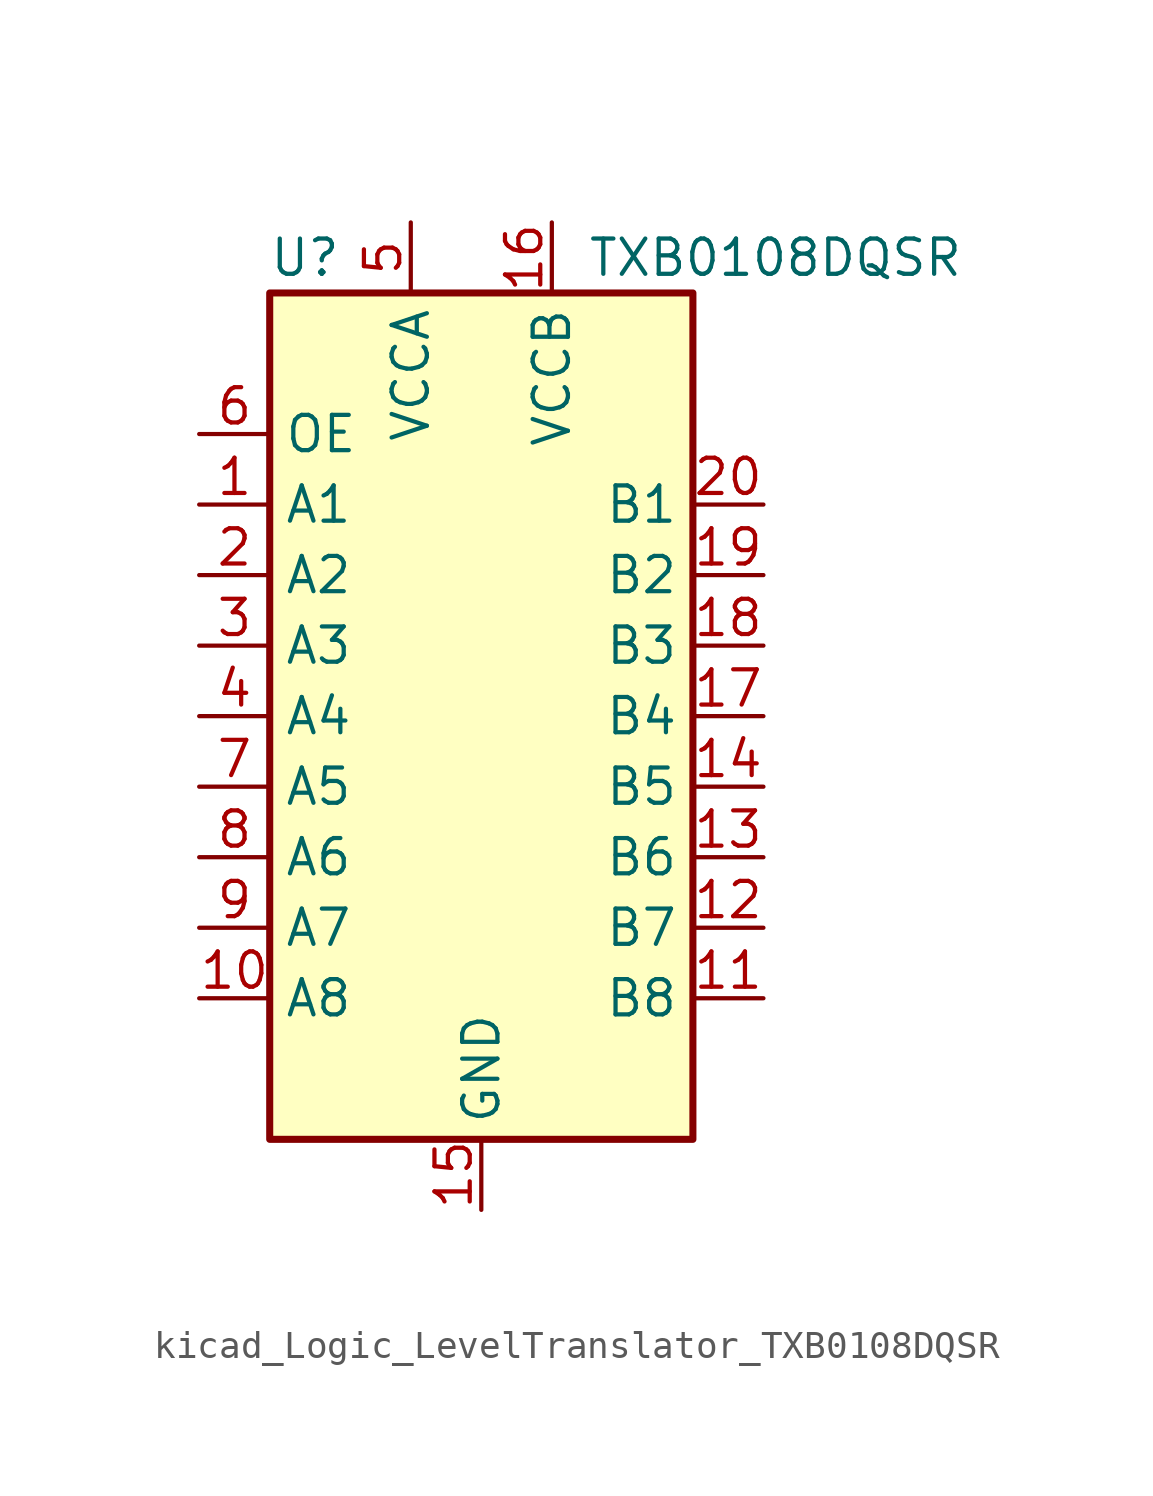
<source format=kicad_sym>
(kicad_symbol_lib
  (version 20220914)
  (generator kicad_symbol_editor)
  (symbol "kicad_Logic_LevelTranslator_TXB0108DQSR"
    (property "Reference" "U"
      (at -6.35 16.51 0)
      (effects (font (size 1.27 1.27))))
    (property "Value" "TXB0108DQSR"
      (at 3.81 16.51 0)
      (effects (font (size 1.27 1.27)) (justify left)))
    (symbol "kicad_Logic_LevelTranslator_TXB0108DQSR_0_1"
      (rectangle (start -7.62 15.24) (end 7.62 -15.24) (stroke (width 0.254) (type default)) (fill (type background))))
    (symbol "kicad_Logic_LevelTranslator_TXB0108DQSR_1_1"
      (pin bidirectional line (at -10.16 7.62 0) (length 2.54) (name "A1" (effects (font (size 1.27 1.27)))) (number "1" (effects (font (size 1.27 1.27)))))
      (pin bidirectional line (at -10.16 -10.16 0) (length 2.54) (name "A8" (effects (font (size 1.27 1.27)))) (number "10" (effects (font (size 1.27 1.27)))))
      (pin bidirectional line (at 10.16 -10.16 180) (length 2.54) (name "B8" (effects (font (size 1.27 1.27)))) (number "11" (effects (font (size 1.27 1.27)))))
      (pin bidirectional line (at 10.16 -7.62 180) (length 2.54) (name "B7" (effects (font (size 1.27 1.27)))) (number "12" (effects (font (size 1.27 1.27)))))
      (pin bidirectional line (at 10.16 -5.08 180) (length 2.54) (name "B6" (effects (font (size 1.27 1.27)))) (number "13" (effects (font (size 1.27 1.27)))))
      (pin bidirectional line (at 10.16 -2.54 180) (length 2.54) (name "B5" (effects (font (size 1.27 1.27)))) (number "14" (effects (font (size 1.27 1.27)))))
      (pin power_in line (at 0 -17.78 90) (length 2.54) (name "GND" (effects (font (size 1.27 1.27)))) (number "15" (effects (font (size 1.27 1.27)))))
      (pin power_in line (at 2.54 17.78 270) (length 2.54) (name "VCCB" (effects (font (size 1.27 1.27)))) (number "16" (effects (font (size 1.27 1.27)))))
      (pin bidirectional line (at 10.16 0 180) (length 2.54) (name "B4" (effects (font (size 1.27 1.27)))) (number "17" (effects (font (size 1.27 1.27)))))
      (pin bidirectional line (at 10.16 2.54 180) (length 2.54) (name "B3" (effects (font (size 1.27 1.27)))) (number "18" (effects (font (size 1.27 1.27)))))
      (pin bidirectional line (at 10.16 5.08 180) (length 2.54) (name "B2" (effects (font (size 1.27 1.27)))) (number "19" (effects (font (size 1.27 1.27)))))
      (pin bidirectional line (at -10.16 5.08 0) (length 2.54) (name "A2" (effects (font (size 1.27 1.27)))) (number "2" (effects (font (size 1.27 1.27)))))
      (pin bidirectional line (at 10.16 7.62 180) (length 2.54) (name "B1" (effects (font (size 1.27 1.27)))) (number "20" (effects (font (size 1.27 1.27)))))
      (pin bidirectional line (at -10.16 2.54 0) (length 2.54) (name "A3" (effects (font (size 1.27 1.27)))) (number "3" (effects (font (size 1.27 1.27)))))
      (pin bidirectional line (at -10.16 0 0) (length 2.54) (name "A4" (effects (font (size 1.27 1.27)))) (number "4" (effects (font (size 1.27 1.27)))))
      (pin power_in line (at -2.54 17.78 270) (length 2.54) (name "VCCA" (effects (font (size 1.27 1.27)))) (number "5" (effects (font (size 1.27 1.27)))))
      (pin input line (at -10.16 10.16 0) (length 2.54) (name "OE" (effects (font (size 1.27 1.27)))) (number "6" (effects (font (size 1.27 1.27)))))
      (pin bidirectional line (at -10.16 -2.54 0) (length 2.54) (name "A5" (effects (font (size 1.27 1.27)))) (number "7" (effects (font (size 1.27 1.27)))))
      (pin bidirectional line (at -10.16 -5.08 0) (length 2.54) (name "A6" (effects (font (size 1.27 1.27)))) (number "8" (effects (font (size 1.27 1.27)))))
      (pin bidirectional line (at -10.16 -7.62 0) (length 2.54) (name "A7" (effects (font (size 1.27 1.27)))) (number "9" (effects (font (size 1.27 1.27))))))))
</source>
